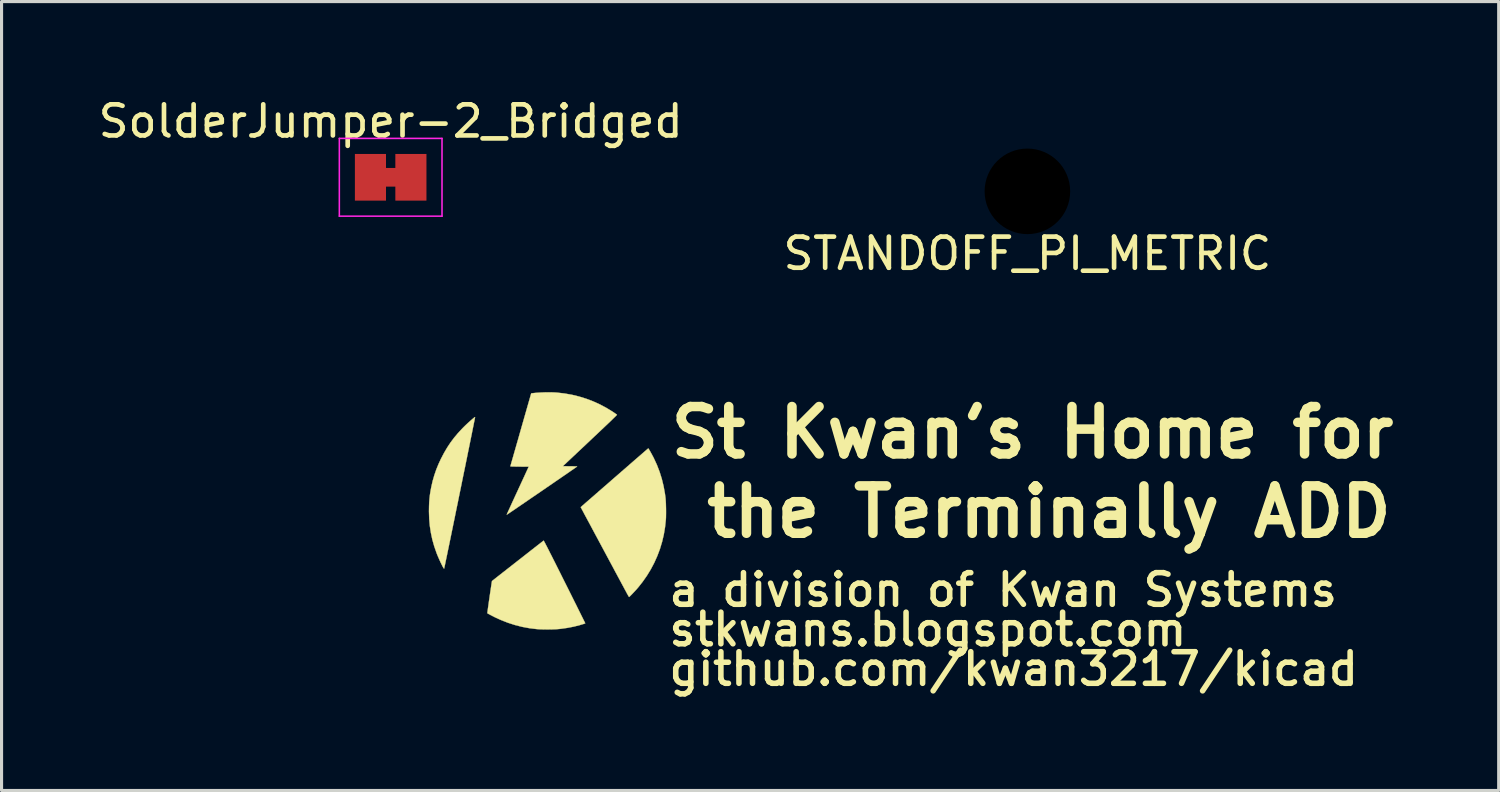
<source format=kicad_pcb>
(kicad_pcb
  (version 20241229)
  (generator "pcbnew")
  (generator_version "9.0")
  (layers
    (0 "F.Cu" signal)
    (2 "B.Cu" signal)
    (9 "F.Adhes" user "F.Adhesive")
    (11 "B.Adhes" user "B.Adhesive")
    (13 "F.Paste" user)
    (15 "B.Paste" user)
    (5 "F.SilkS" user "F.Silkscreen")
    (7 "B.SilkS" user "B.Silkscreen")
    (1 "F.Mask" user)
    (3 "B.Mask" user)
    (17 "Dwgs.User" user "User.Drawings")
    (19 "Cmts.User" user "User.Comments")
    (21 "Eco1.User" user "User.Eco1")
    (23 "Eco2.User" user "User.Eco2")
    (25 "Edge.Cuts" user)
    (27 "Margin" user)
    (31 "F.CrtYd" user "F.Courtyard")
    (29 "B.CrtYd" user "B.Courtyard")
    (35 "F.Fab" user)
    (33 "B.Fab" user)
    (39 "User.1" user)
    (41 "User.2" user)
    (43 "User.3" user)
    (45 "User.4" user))
  (footprint "StKwansSilkscreen"
    (layer "F.Cu")
    (at 14.547 13.37)
    (property "Reference" "StKwansSilkscreen" (at -3.683 -2.743 0) (layer "F.Mask") (effects (font (size 1.524 1.524) (thickness 0.305))))
    (attr through_hole)
    (fp_poly (pts (xy -2.329 -3.008) (xy -2.333 -2.986) (xy -2.34 -2.951) (xy -2.349 -2.903) (xy -2.362 -2.842) (xy -2.376 -2.77) (xy -2.393 -2.687) (xy -2.412 -2.593) (xy -2.432 -2.491) (xy -2.455 -2.379) (xy -2.479 -2.259) (xy -2.505 -2.132) (xy -2.532 -1.998) (xy -2.561 -1.858) (xy -2.59 -1.712) (xy -2.621 -1.561) (xy -2.652 -1.407) (xy -2.685 -1.249) (xy -2.718 -1.088) (xy -2.751 -0.925) (xy -2.784 -0.761) (xy -2.818 -0.596) (xy -2.852 -0.431) (xy -2.885 -0.266) (xy -2.919 -0.103) (xy -2.952 0.058) (xy -2.984 0.217) (xy -3.016 0.372) (xy -3.047 0.524) (xy -3.077 0.67) (xy -3.106 0.812) (xy -3.134 0.947) (xy -3.16 1.075) (xy -3.185 1.196) (xy -3.209 1.31) (xy -3.23 1.414) (xy -3.25 1.509) (xy -3.268 1.594) (xy -3.283 1.668) (xy -3.296 1.731) (xy -3.307 1.781) (xy -3.315 1.819) (xy -3.32 1.844) (xy -3.323 1.854) (xy -3.323 1.854) (xy -3.329 1.852) (xy -3.34 1.839) (xy -3.347 1.828) (xy -3.374 1.78) (xy -3.403 1.722) (xy -3.436 1.655) (xy -3.469 1.584) (xy -3.501 1.511) (xy -3.532 1.439) (xy -3.559 1.373) (xy -3.566 1.353) (xy -3.641 1.138) (xy -3.702 0.923) (xy -3.748 0.706) (xy -3.782 0.486) (xy -3.802 0.26) (xy -3.81 0.028) (xy -3.81 0) (xy -3.808 -0.142) (xy -3.803 -0.274) (xy -3.793 -0.399) (xy -3.779 -0.522) (xy -3.759 -0.645) (xy -3.738 -0.758) (xy -3.693 -0.957) (xy -3.638 -1.147) (xy -3.574 -1.333) (xy -3.498 -1.518) (xy -3.422 -1.68) (xy -3.327 -1.862) (xy -3.227 -2.032) (xy -3.121 -2.193) (xy -3.005 -2.348) (xy -2.879 -2.499) (xy -2.74 -2.648) (xy -2.687 -2.702) (xy -2.646 -2.742) (xy -2.602 -2.784) (xy -2.557 -2.826) (xy -2.512 -2.866) (xy -2.469 -2.905) (xy -2.429 -2.939) (xy -2.394 -2.969) (xy -2.365 -2.993) (xy -2.343 -3.009) (xy -2.33 -3.016) (xy -2.328 -3.016) (xy -2.329 -3.008)) (stroke (width 0.01) (type solid)) (fill yes) (layer "F.SilkS"))
    (fp_poly (pts (xy 3.243 -2.004) (xy 3.255 -1.987) (xy 3.271 -1.961) (xy 3.291 -1.927) (xy 3.313 -1.888) (xy 3.337 -1.845) (xy 3.361 -1.801) (xy 3.384 -1.757) (xy 3.406 -1.717) (xy 3.418 -1.692) (xy 3.517 -1.477) (xy 3.602 -1.256) (xy 3.673 -1.029) (xy 3.73 -0.795) (xy 3.774 -0.554) (xy 3.792 -0.419) (xy 3.796 -0.371) (xy 3.8 -0.311) (xy 3.804 -0.241) (xy 3.806 -0.165) (xy 3.808 -0.085) (xy 3.809 -0.005) (xy 3.809 0.074) (xy 3.808 0.148) (xy 3.807 0.214) (xy 3.804 0.269) (xy 3.803 0.282) (xy 3.777 0.524) (xy 3.737 0.762) (xy 3.682 0.995) (xy 3.613 1.224) (xy 3.529 1.447) (xy 3.432 1.664) (xy 3.32 1.876) (xy 3.195 2.081) (xy 3.056 2.279) (xy 2.918 2.454) (xy 2.892 2.484) (xy 2.862 2.519) (xy 2.828 2.556) (xy 2.792 2.595) (xy 2.756 2.633) (xy 2.721 2.67) (xy 2.689 2.703) (xy 2.661 2.731) (xy 2.64 2.751) (xy 2.626 2.764) (xy 2.621 2.766) (xy 2.616 2.76) (xy 2.604 2.742) (xy 2.589 2.716) (xy 2.57 2.682) (xy 2.554 2.654) (xy 2.54 2.626) (xy 2.519 2.587) (xy 2.492 2.538) (xy 2.46 2.478) (xy 2.423 2.409) (xy 2.381 2.332) (xy 2.336 2.247) (xy 2.286 2.155) (xy 2.234 2.057) (xy 2.178 1.954) (xy 2.121 1.846) (xy 2.061 1.735) (xy 2 1.621) (xy 1.937 1.504) (xy 1.874 1.386) (xy 1.81 1.267) (xy 1.747 1.149) (xy 1.684 1.032) (xy 1.622 0.916) (xy 1.561 0.803) (xy 1.502 0.693) (xy 1.445 0.587) (xy 1.391 0.485) (xy 1.34 0.39) (xy 1.292 0.301) (xy 1.248 0.219) (xy 1.208 0.145) (xy 1.173 0.08) (xy 1.144 0.024) (xy 1.119 -0.022) (xy 1.101 -0.056) (xy 1.089 -0.079) (xy 1.083 -0.089) (xy 1.083 -0.089) (xy 1.067 -0.121) (xy 2.15 -1.065) (xy 2.261 -1.161) (xy 2.368 -1.255) (xy 2.472 -1.345) (xy 2.572 -1.432) (xy 2.667 -1.515) (xy 2.757 -1.593) (xy 2.841 -1.666) (xy 2.918 -1.733) (xy 2.989 -1.794) (xy 3.052 -1.849) (xy 3.106 -1.896) (xy 3.152 -1.936) (xy 3.189 -1.968) (xy 3.216 -1.991) (xy 3.232 -2.005) (xy 3.238 -2.01) (xy 3.243 -2.004)) (stroke (width 0.01) (type solid)) (fill yes) (layer "F.SilkS"))
    (fp_poly (pts (xy -0.121 0.96) (xy -0.111 0.977) (xy -0.095 1.006) (xy -0.073 1.047) (xy -0.046 1.1) (xy -0.012 1.165) (xy 0.028 1.243) (xy 0.073 1.333) (xy 0.126 1.436) (xy 0.184 1.552) (xy 0.249 1.68) (xy 0.32 1.822) (xy 0.398 1.977) (xy 0.482 2.146) (xy 0.548 2.278) (xy 0.615 2.411) (xy 0.68 2.541) (xy 0.743 2.667) (xy 0.803 2.788) (xy 0.86 2.903) (xy 0.915 3.011) (xy 0.965 3.113) (xy 1.012 3.208) (xy 1.055 3.294) (xy 1.093 3.371) (xy 1.127 3.439) (xy 1.155 3.496) (xy 1.179 3.543) (xy 1.196 3.578) (xy 1.207 3.601) (xy 1.212 3.611) (xy 1.212 3.611) (xy 1.211 3.614) (xy 1.206 3.617) (xy 1.197 3.621) (xy 1.18 3.627) (xy 1.155 3.635) (xy 1.12 3.645) (xy 1.072 3.659) (xy 1.052 3.666) (xy 0.846 3.719) (xy 0.635 3.76) (xy 0.416 3.791) (xy 0.328 3.799) (xy 0.27 3.803) (xy 0.201 3.806) (xy 0.123 3.808) (xy 0.041 3.809) (xy -0.044 3.809) (xy -0.127 3.808) (xy -0.205 3.806) (xy -0.274 3.803) (xy -0.333 3.799) (xy -0.339 3.799) (xy -0.58 3.77) (xy -0.816 3.726) (xy -1.048 3.667) (xy -1.275 3.594) (xy -1.499 3.506) (xy -1.66 3.433) (xy -1.703 3.412) (xy -1.748 3.389) (xy -1.794 3.365) (xy -1.837 3.343) (xy -1.875 3.322) (xy -1.907 3.305) (xy -1.928 3.292) (xy -1.934 3.288) (xy -1.934 3.28) (xy -1.931 3.259) (xy -1.927 3.225) (xy -1.921 3.181) (xy -1.914 3.128) (xy -1.905 3.068) (xy -1.896 3.001) (xy -1.886 2.929) (xy -1.875 2.855) (xy -1.864 2.779) (xy -1.853 2.702) (xy -1.842 2.627) (xy -1.831 2.555) (xy -1.821 2.487) (xy -1.812 2.425) (xy -1.804 2.371) (xy -1.797 2.325) (xy -1.791 2.289) (xy -1.787 2.266) (xy -1.785 2.255) (xy -1.785 2.255) (xy -1.776 2.248) (xy -1.757 2.232) (xy -1.727 2.209) (xy -1.688 2.178) (xy -1.641 2.141) (xy -1.586 2.097) (xy -1.524 2.049) (xy -1.456 1.995) (xy -1.382 1.938) (xy -1.305 1.877) (xy -1.224 1.814) (xy -1.14 1.748) (xy -1.055 1.681) (xy -0.969 1.614) (xy -0.882 1.546) (xy -0.796 1.479) (xy -0.712 1.413) (xy -0.63 1.349) (xy -0.552 1.287) (xy -0.477 1.229) (xy -0.407 1.174) (xy -0.343 1.124) (xy -0.286 1.08) (xy -0.236 1.041) (xy -0.194 1.008) (xy -0.161 0.983) (xy -0.139 0.965) (xy -0.127 0.956) (xy -0.125 0.955) (xy -0.121 0.96)) (stroke (width 0.01) (type solid)) (fill yes) (layer "F.SilkS"))
    (fp_poly (pts (xy 0.134 -3.81) (xy 0.227 -3.807) (xy 0.301 -3.802) (xy 0.545 -3.774) (xy 0.785 -3.732) (xy 1.018 -3.675) (xy 1.247 -3.604) (xy 1.47 -3.519) (xy 1.688 -3.42) (xy 1.901 -3.306) (xy 2.108 -3.178) (xy 2.116 -3.173) (xy 2.152 -3.148) (xy 2.184 -3.126) (xy 2.21 -3.108) (xy 2.226 -3.096) (xy 2.232 -3.091) (xy 2.23 -3.087) (xy 2.222 -3.077) (xy 2.207 -3.061) (xy 2.185 -3.039) (xy 2.155 -3.01) (xy 2.118 -2.974) (xy 2.073 -2.93) (xy 2.02 -2.878) (xy 1.958 -2.819) (xy 1.886 -2.751) (xy 1.806 -2.675) (xy 1.715 -2.589) (xy 1.615 -2.494) (xy 1.504 -2.39) (xy 1.382 -2.275) (xy 1.366 -2.259) (xy 0.492 -1.437) (xy 0.722 -1.434) (xy 0.78 -1.434) (xy 0.832 -1.433) (xy 0.877 -1.432) (xy 0.913 -1.43) (xy 0.939 -1.429) (xy 0.951 -1.427) (xy 0.952 -1.427) (xy 0.946 -1.422) (xy 0.928 -1.41) (xy 0.899 -1.389) (xy 0.86 -1.362) (xy 0.811 -1.328) (xy 0.753 -1.289) (xy 0.688 -1.243) (xy 0.615 -1.193) (xy 0.536 -1.139) (xy 0.451 -1.081) (xy 0.362 -1.019) (xy 0.268 -0.955) (xy 0.171 -0.888) (xy 0.071 -0.819) (xy -0.031 -0.75) (xy -0.133 -0.679) (xy -0.236 -0.609) (xy -0.338 -0.539) (xy -0.439 -0.47) (xy -0.539 -0.402) (xy -0.635 -0.336) (xy -0.727 -0.273) (xy -0.816 -0.212) (xy -0.899 -0.155) (xy -0.976 -0.103) (xy -1.047 -0.054) (xy -1.11 -0.011) (xy -1.165 0.026) (xy -1.211 0.057) (xy -1.247 0.082) (xy -1.273 0.099) (xy -1.288 0.109) (xy -1.288 0.109) (xy -1.303 0.117) (xy -1.311 0.118) (xy -1.311 0.117) (xy -1.308 0.109) (xy -1.299 0.089) (xy -1.284 0.056) (xy -1.264 0.012) (xy -1.239 -0.042) (xy -1.21 -0.105) (xy -1.177 -0.177) (xy -1.141 -0.257) (xy -1.101 -0.343) (xy -1.059 -0.435) (xy -1.014 -0.532) (xy -0.967 -0.633) (xy -0.957 -0.655) (xy -0.604 -1.421) (xy -0.901 -1.423) (xy -0.979 -1.424) (xy -1.043 -1.425) (xy -1.094 -1.426) (xy -1.133 -1.427) (xy -1.162 -1.428) (xy -1.181 -1.43) (xy -1.191 -1.432) (xy -1.195 -1.434) (xy -1.194 -1.435) (xy -1.192 -1.443) (xy -1.186 -1.465) (xy -1.175 -1.5) (xy -1.162 -1.548) (xy -1.145 -1.607) (xy -1.125 -1.677) (xy -1.102 -1.756) (xy -1.077 -1.845) (xy -1.049 -1.942) (xy -1.019 -2.047) (xy -0.987 -2.159) (xy -0.953 -2.276) (xy -0.918 -2.399) (xy -0.882 -2.526) (xy -0.858 -2.611) (xy -0.524 -3.778) (xy -0.481 -3.783) (xy -0.389 -3.793) (xy -0.288 -3.8) (xy -0.182 -3.806) (xy -0.074 -3.81) (xy 0.033 -3.811) (xy 0.134 -3.81)) (stroke (width 0.01) (type solid)) (fill yes) (layer "F.SilkS"))
    (fp_text user "github.com/kwan3217/kicad" (at 3.81 5.08 0) (unlocked yes) (layer "F.SilkS") (effects (font (size 1.016 1.016) (thickness 0.178)) (justify left)))
    (fp_text user "a division of Kwan Systems" (at 3.81 2.54 0) (unlocked yes) (layer "F.SilkS") (effects (font (size 1.016 1.016) (thickness 0.178)) (justify left)))
    (fp_text user "stkwans.blogspot.com" (at 3.81 3.81 0) (unlocked yes) (layer "F.SilkS") (effects (font (size 1.016 1.016) (thickness 0.178)) (justify left)))
    (fp_text user "the Terminally ADD" (at 4.96 0.03 0) (unlocked yes) (layer "F.SilkS") (effects (font (size 1.524 1.524) (thickness 0.305)) (justify left)))
    (fp_text user "St Kwan's Home for" (at 3.81 -2.52 0) (unlocked yes) (layer "F.SilkS") (effects (font (size 1.524 1.524) (thickness 0.305)) (justify left))))
  (footprint "STANDOFF_PI_METRIC"
    (layer "F.Cu")
    (at 29.97 3.1)
    (property "Reference" "STANDOFF_PI_METRIC" (at 0 2 0) (layer "F.SilkS") (effects (font (size 1 1) (thickness 0.15))))
    (attr through_hole)
    (pad "" np_thru_hole circle (at 0 0) (size 6.2 6.2) (drill 2.75) (layers "*.Mask")))
  (footprint "SolderJumper-2_Bridged"
    (layer "F.Cu")
    (at 9.506 2.648)
    (property "Reference" "SolderJumper-2_Bridged" (at 0 -1.8 0) (layer "F.SilkS") (effects (font (size 1 1) (thickness 0.15))))
    (attr exclude_from_pos_files exclude_from_bom)
    (fp_poly (pts (xy -0.25 -0.3) (xy 0.25 -0.3) (xy 0.25 0.3) (xy -0.25 0.3)) (stroke (width 0) (type solid)) (fill yes) (layer "F.Cu"))
    (fp_poly (pts (xy 0.25 0.75) (xy -0.25 0.75) (xy -0.25 -0.75) (xy 0.25 -0.75)) (stroke (width 0.102) (type solid)) (fill yes) (layer "F.Mask"))
    (fp_line (start -1.65 -1.25) (end -1.65 1.25) (stroke (width 0.05) (type solid)) (layer "F.CrtYd"))
    (fp_line (start -1.65 -1.25) (end 1.65 -1.25) (stroke (width 0.05) (type solid)) (layer "F.CrtYd"))
    (fp_line (start 1.65 1.25) (end -1.65 1.25) (stroke (width 0.05) (type solid)) (layer "F.CrtYd"))
    (fp_line (start 1.65 1.25) (end 1.65 -1.25) (stroke (width 0.05) (type solid)) (layer "F.CrtYd"))
    (pad "1" smd rect (at -0.65 0) (size 1 1.5) (layers "F.Cu" "F.Mask"))
    (pad "2" smd rect (at 0.65 0) (size 1 1.5) (layers "F.Cu" "F.Mask")))
  (gr_rect
    (start -3 -3)
    (end 45.117 22.356)
    (stroke (width 0.1) (type default))
    (fill no)
    (layer "Edge.Cuts")))
</source>
